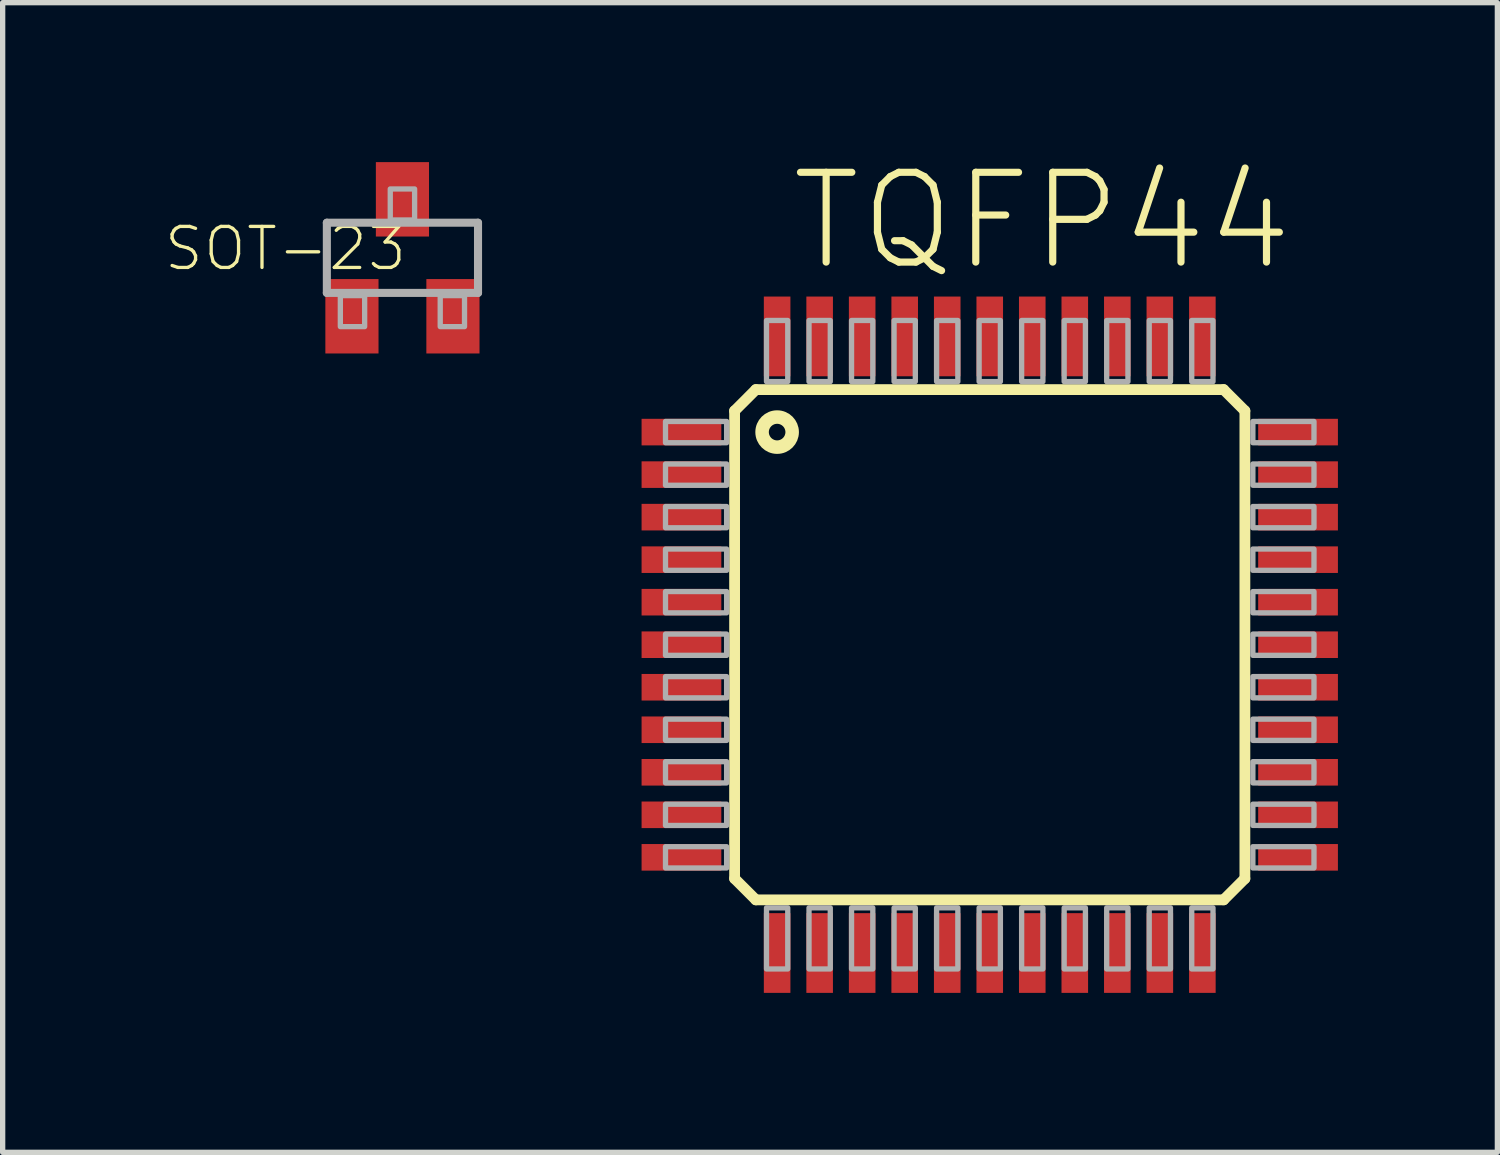
<source format=kicad_pcb>
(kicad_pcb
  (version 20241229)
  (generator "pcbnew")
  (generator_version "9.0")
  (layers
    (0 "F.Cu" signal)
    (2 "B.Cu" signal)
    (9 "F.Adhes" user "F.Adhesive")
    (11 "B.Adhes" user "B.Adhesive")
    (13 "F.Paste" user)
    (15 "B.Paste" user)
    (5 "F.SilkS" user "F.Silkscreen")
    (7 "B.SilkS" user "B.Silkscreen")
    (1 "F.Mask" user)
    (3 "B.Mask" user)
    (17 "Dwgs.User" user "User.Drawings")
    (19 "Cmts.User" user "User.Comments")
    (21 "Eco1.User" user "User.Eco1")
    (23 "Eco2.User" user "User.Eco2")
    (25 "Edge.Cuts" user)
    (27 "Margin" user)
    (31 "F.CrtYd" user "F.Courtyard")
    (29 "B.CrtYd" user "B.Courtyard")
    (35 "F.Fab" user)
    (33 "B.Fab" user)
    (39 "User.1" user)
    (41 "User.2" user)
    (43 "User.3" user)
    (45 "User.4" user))
  (footprint "TQFP44"
    (layer "F.Cu")
    (at 15.57 9.079)
    (property "Reference" "TQFP44" (at -3.81 -6.985 0) (layer "F.SilkS") (effects (font (size 1.689 1.689) (thickness 0.135)) (justify left bottom)))
    (attr through_hole)
    (fp_line (start -4.8 -4.4) (end -4.4 -4.8) (stroke (width 0.203) (type solid)) (layer "F.SilkS"))
    (fp_line (start -4.8 4.4) (end -4.8 -4.4) (stroke (width 0.203) (type solid)) (layer "F.SilkS"))
    (fp_line (start -4.4 -4.8) (end 4.4 -4.8) (stroke (width 0.203) (type solid)) (layer "F.SilkS"))
    (fp_line (start -4.4 4.8) (end -4.8 4.4) (stroke (width 0.203) (type solid)) (layer "F.SilkS"))
    (fp_line (start 4.4 -4.8) (end 4.8 -4.4) (stroke (width 0.203) (type solid)) (layer "F.SilkS"))
    (fp_line (start 4.4 4.8) (end -4.4 4.8) (stroke (width 0.203) (type solid)) (layer "F.SilkS"))
    (fp_line (start 4.8 -4.4) (end 4.8 4.4) (stroke (width 0.203) (type solid)) (layer "F.SilkS"))
    (fp_line (start 4.8 4.4) (end 4.4 4.8) (stroke (width 0.203) (type solid)) (layer "F.SilkS"))
    (fp_circle (center -4 -4) (end -3.717 -4) (stroke (width 0.254) (type solid)) (fill no) (layer "F.SilkS"))
    (fp_poly (pts (xy -6.1 -3.8) (xy -4.95 -3.8) (xy -4.95 -4.2) (xy -6.1 -4.2)) (stroke (width 0.1) (type solid)) (fill no) (layer "F.Fab"))
    (fp_poly (pts (xy -6.1 -3) (xy -4.95 -3) (xy -4.95 -3.4) (xy -6.1 -3.4)) (stroke (width 0.1) (type solid)) (fill no) (layer "F.Fab"))
    (fp_poly (pts (xy -6.1 -2.2) (xy -4.95 -2.2) (xy -4.95 -2.6) (xy -6.1 -2.6)) (stroke (width 0.1) (type solid)) (fill no) (layer "F.Fab"))
    (fp_poly (pts (xy -6.1 -1.4) (xy -4.95 -1.4) (xy -4.95 -1.8) (xy -6.1 -1.8)) (stroke (width 0.1) (type solid)) (fill no) (layer "F.Fab"))
    (fp_poly (pts (xy -6.1 -0.6) (xy -4.95 -0.6) (xy -4.95 -1) (xy -6.1 -1)) (stroke (width 0.1) (type solid)) (fill no) (layer "F.Fab"))
    (fp_poly (pts (xy -6.1 0.2) (xy -4.95 0.2) (xy -4.95 -0.2) (xy -6.1 -0.2)) (stroke (width 0.1) (type solid)) (fill no) (layer "F.Fab"))
    (fp_poly (pts (xy -6.1 1) (xy -4.95 1) (xy -4.95 0.6) (xy -6.1 0.6)) (stroke (width 0.1) (type solid)) (fill no) (layer "F.Fab"))
    (fp_poly (pts (xy -6.1 1.8) (xy -4.95 1.8) (xy -4.95 1.4) (xy -6.1 1.4)) (stroke (width 0.1) (type solid)) (fill no) (layer "F.Fab"))
    (fp_poly (pts (xy -6.1 2.6) (xy -4.95 2.6) (xy -4.95 2.2) (xy -6.1 2.2)) (stroke (width 0.1) (type solid)) (fill no) (layer "F.Fab"))
    (fp_poly (pts (xy -6.1 3.4) (xy -4.95 3.4) (xy -4.95 3) (xy -6.1 3)) (stroke (width 0.1) (type solid)) (fill no) (layer "F.Fab"))
    (fp_poly (pts (xy -6.1 4.2) (xy -4.95 4.2) (xy -4.95 3.8) (xy -6.1 3.8)) (stroke (width 0.1) (type solid)) (fill no) (layer "F.Fab"))
    (fp_poly (pts (xy -4.2 -4.95) (xy -3.8 -4.95) (xy -3.8 -6.1) (xy -4.2 -6.1)) (stroke (width 0.1) (type solid)) (fill no) (layer "F.Fab"))
    (fp_poly (pts (xy -4.2 6.1) (xy -3.8 6.1) (xy -3.8 4.95) (xy -4.2 4.95)) (stroke (width 0.1) (type solid)) (fill no) (layer "F.Fab"))
    (fp_poly (pts (xy -3.4 -4.95) (xy -3 -4.95) (xy -3 -6.1) (xy -3.4 -6.1)) (stroke (width 0.1) (type solid)) (fill no) (layer "F.Fab"))
    (fp_poly (pts (xy -3.4 6.1) (xy -3 6.1) (xy -3 4.95) (xy -3.4 4.95)) (stroke (width 0.1) (type solid)) (fill no) (layer "F.Fab"))
    (fp_poly (pts (xy -2.6 -4.95) (xy -2.2 -4.95) (xy -2.2 -6.1) (xy -2.6 -6.1)) (stroke (width 0.1) (type solid)) (fill no) (layer "F.Fab"))
    (fp_poly (pts (xy -2.6 6.1) (xy -2.2 6.1) (xy -2.2 4.95) (xy -2.6 4.95)) (stroke (width 0.1) (type solid)) (fill no) (layer "F.Fab"))
    (fp_poly (pts (xy -1.8 -4.95) (xy -1.4 -4.95) (xy -1.4 -6.1) (xy -1.8 -6.1)) (stroke (width 0.1) (type solid)) (fill no) (layer "F.Fab"))
    (fp_poly (pts (xy -1.8 6.1) (xy -1.4 6.1) (xy -1.4 4.95) (xy -1.8 4.95)) (stroke (width 0.1) (type solid)) (fill no) (layer "F.Fab"))
    (fp_poly (pts (xy -1 -4.95) (xy -0.6 -4.95) (xy -0.6 -6.1) (xy -1 -6.1)) (stroke (width 0.1) (type solid)) (fill no) (layer "F.Fab"))
    (fp_poly (pts (xy -1 6.1) (xy -0.6 6.1) (xy -0.6 4.95) (xy -1 4.95)) (stroke (width 0.1) (type solid)) (fill no) (layer "F.Fab"))
    (fp_poly (pts (xy -0.2 -4.95) (xy 0.2 -4.95) (xy 0.2 -6.1) (xy -0.2 -6.1)) (stroke (width 0.1) (type solid)) (fill no) (layer "F.Fab"))
    (fp_poly (pts (xy -0.2 6.1) (xy 0.2 6.1) (xy 0.2 4.95) (xy -0.2 4.95)) (stroke (width 0.1) (type solid)) (fill no) (layer "F.Fab"))
    (fp_poly (pts (xy 0.6 -4.95) (xy 1 -4.95) (xy 1 -6.1) (xy 0.6 -6.1)) (stroke (width 0.1) (type solid)) (fill no) (layer "F.Fab"))
    (fp_poly (pts (xy 0.6 6.1) (xy 1 6.1) (xy 1 4.95) (xy 0.6 4.95)) (stroke (width 0.1) (type solid)) (fill no) (layer "F.Fab"))
    (fp_poly (pts (xy 1.4 -4.95) (xy 1.8 -4.95) (xy 1.8 -6.1) (xy 1.4 -6.1)) (stroke (width 0.1) (type solid)) (fill no) (layer "F.Fab"))
    (fp_poly (pts (xy 1.4 6.1) (xy 1.8 6.1) (xy 1.8 4.95) (xy 1.4 4.95)) (stroke (width 0.1) (type solid)) (fill no) (layer "F.Fab"))
    (fp_poly (pts (xy 2.2 -4.95) (xy 2.6 -4.95) (xy 2.6 -6.1) (xy 2.2 -6.1)) (stroke (width 0.1) (type solid)) (fill no) (layer "F.Fab"))
    (fp_poly (pts (xy 2.2 6.1) (xy 2.6 6.1) (xy 2.6 4.95) (xy 2.2 4.95)) (stroke (width 0.1) (type solid)) (fill no) (layer "F.Fab"))
    (fp_poly (pts (xy 3 -4.95) (xy 3.4 -4.95) (xy 3.4 -6.1) (xy 3 -6.1)) (stroke (width 0.1) (type solid)) (fill no) (layer "F.Fab"))
    (fp_poly (pts (xy 3 6.1) (xy 3.4 6.1) (xy 3.4 4.95) (xy 3 4.95)) (stroke (width 0.1) (type solid)) (fill no) (layer "F.Fab"))
    (fp_poly (pts (xy 3.8 -4.95) (xy 4.2 -4.95) (xy 4.2 -6.1) (xy 3.8 -6.1)) (stroke (width 0.1) (type solid)) (fill no) (layer "F.Fab"))
    (fp_poly (pts (xy 3.8 6.1) (xy 4.2 6.1) (xy 4.2 4.95) (xy 3.8 4.95)) (stroke (width 0.1) (type solid)) (fill no) (layer "F.Fab"))
    (fp_poly (pts (xy 4.95 -3.8) (xy 6.1 -3.8) (xy 6.1 -4.2) (xy 4.95 -4.2)) (stroke (width 0.1) (type solid)) (fill no) (layer "F.Fab"))
    (fp_poly (pts (xy 4.95 -3) (xy 6.1 -3) (xy 6.1 -3.4) (xy 4.95 -3.4)) (stroke (width 0.1) (type solid)) (fill no) (layer "F.Fab"))
    (fp_poly (pts (xy 4.95 -2.2) (xy 6.1 -2.2) (xy 6.1 -2.6) (xy 4.95 -2.6)) (stroke (width 0.1) (type solid)) (fill no) (layer "F.Fab"))
    (fp_poly (pts (xy 4.95 -1.4) (xy 6.1 -1.4) (xy 6.1 -1.8) (xy 4.95 -1.8)) (stroke (width 0.1) (type solid)) (fill no) (layer "F.Fab"))
    (fp_poly (pts (xy 4.95 -0.6) (xy 6.1 -0.6) (xy 6.1 -1) (xy 4.95 -1)) (stroke (width 0.1) (type solid)) (fill no) (layer "F.Fab"))
    (fp_poly (pts (xy 4.95 0.2) (xy 6.1 0.2) (xy 6.1 -0.2) (xy 4.95 -0.2)) (stroke (width 0.1) (type solid)) (fill no) (layer "F.Fab"))
    (fp_poly (pts (xy 4.95 1) (xy 6.1 1) (xy 6.1 0.6) (xy 4.95 0.6)) (stroke (width 0.1) (type solid)) (fill no) (layer "F.Fab"))
    (fp_poly (pts (xy 4.95 1.8) (xy 6.1 1.8) (xy 6.1 1.4) (xy 4.95 1.4)) (stroke (width 0.1) (type solid)) (fill no) (layer "F.Fab"))
    (fp_poly (pts (xy 4.95 2.6) (xy 6.1 2.6) (xy 6.1 2.2) (xy 4.95 2.2)) (stroke (width 0.1) (type solid)) (fill no) (layer "F.Fab"))
    (fp_poly (pts (xy 4.95 3.4) (xy 6.1 3.4) (xy 6.1 3) (xy 4.95 3)) (stroke (width 0.1) (type solid)) (fill no) (layer "F.Fab"))
    (fp_poly (pts (xy 4.95 4.2) (xy 6.1 4.2) (xy 6.1 3.8) (xy 4.95 3.8)) (stroke (width 0.1) (type solid)) (fill no) (layer "F.Fab"))
    (pad "1" smd rect (at -5.8 -4) (size 1.5 0.5) (layers "F.Cu" "F.Mask" "F.Paste"))
    (pad "2" smd rect (at -5.8 -3.2) (size 1.5 0.5) (layers "F.Cu" "F.Mask" "F.Paste"))
    (pad "3" smd rect (at -5.8 -2.4) (size 1.5 0.5) (layers "F.Cu" "F.Mask" "F.Paste"))
    (pad "4" smd rect (at -5.8 -1.6) (size 1.5 0.5) (layers "F.Cu" "F.Mask" "F.Paste"))
    (pad "5" smd rect (at -5.8 -0.8) (size 1.5 0.5) (layers "F.Cu" "F.Mask" "F.Paste"))
    (pad "6" smd rect (at -5.8 0) (size 1.5 0.5) (layers "F.Cu" "F.Mask" "F.Paste"))
    (pad "7" smd rect (at -5.8 0.8) (size 1.5 0.5) (layers "F.Cu" "F.Mask" "F.Paste"))
    (pad "8" smd rect (at -5.8 1.6) (size 1.5 0.5) (layers "F.Cu" "F.Mask" "F.Paste"))
    (pad "9" smd rect (at -5.8 2.4) (size 1.5 0.5) (layers "F.Cu" "F.Mask" "F.Paste"))
    (pad "10" smd rect (at -5.8 3.2) (size 1.5 0.5) (layers "F.Cu" "F.Mask" "F.Paste"))
    (pad "11" smd rect (at -5.8 4) (size 1.5 0.5) (layers "F.Cu" "F.Mask" "F.Paste"))
    (pad "12" smd rect (at -4 5.8) (size 0.5 1.5) (layers "F.Cu" "F.Mask" "F.Paste"))
    (pad "13" smd rect (at -3.2 5.8) (size 0.5 1.5) (layers "F.Cu" "F.Mask" "F.Paste"))
    (pad "14" smd rect (at -2.4 5.8) (size 0.5 1.5) (layers "F.Cu" "F.Mask" "F.Paste"))
    (pad "15" smd rect (at -1.6 5.8) (size 0.5 1.5) (layers "F.Cu" "F.Mask" "F.Paste"))
    (pad "16" smd rect (at -0.8 5.8) (size 0.5 1.5) (layers "F.Cu" "F.Mask" "F.Paste"))
    (pad "17" smd rect (at 0 5.8) (size 0.5 1.5) (layers "F.Cu" "F.Mask" "F.Paste"))
    (pad "18" smd rect (at 0.8 5.8) (size 0.5 1.5) (layers "F.Cu" "F.Mask" "F.Paste"))
    (pad "19" smd rect (at 1.6 5.8) (size 0.5 1.5) (layers "F.Cu" "F.Mask" "F.Paste"))
    (pad "20" smd rect (at 2.4 5.8) (size 0.5 1.5) (layers "F.Cu" "F.Mask" "F.Paste"))
    (pad "21" smd rect (at 3.2 5.8) (size 0.5 1.5) (layers "F.Cu" "F.Mask" "F.Paste"))
    (pad "22" smd rect (at 4 5.8) (size 0.5 1.5) (layers "F.Cu" "F.Mask" "F.Paste"))
    (pad "23" smd rect (at 5.8 4) (size 1.5 0.5) (layers "F.Cu" "F.Mask" "F.Paste"))
    (pad "24" smd rect (at 5.8 3.2) (size 1.5 0.5) (layers "F.Cu" "F.Mask" "F.Paste"))
    (pad "25" smd rect (at 5.8 2.4) (size 1.5 0.5) (layers "F.Cu" "F.Mask" "F.Paste"))
    (pad "26" smd rect (at 5.8 1.6) (size 1.5 0.5) (layers "F.Cu" "F.Mask" "F.Paste"))
    (pad "27" smd rect (at 5.8 0.8) (size 1.5 0.5) (layers "F.Cu" "F.Mask" "F.Paste"))
    (pad "28" smd rect (at 5.8 0) (size 1.5 0.5) (layers "F.Cu" "F.Mask" "F.Paste"))
    (pad "29" smd rect (at 5.8 -0.8) (size 1.5 0.5) (layers "F.Cu" "F.Mask" "F.Paste"))
    (pad "30" smd rect (at 5.8 -1.6) (size 1.5 0.5) (layers "F.Cu" "F.Mask" "F.Paste"))
    (pad "31" smd rect (at 5.8 -2.4) (size 1.5 0.5) (layers "F.Cu" "F.Mask" "F.Paste"))
    (pad "32" smd rect (at 5.8 -3.2) (size 1.5 0.5) (layers "F.Cu" "F.Mask" "F.Paste"))
    (pad "33" smd rect (at 5.8 -4) (size 1.5 0.5) (layers "F.Cu" "F.Mask" "F.Paste"))
    (pad "34" smd rect (at 4 -5.8) (size 0.5 1.5) (layers "F.Cu" "F.Mask" "F.Paste"))
    (pad "35" smd rect (at 3.2 -5.8) (size 0.5 1.5) (layers "F.Cu" "F.Mask" "F.Paste"))
    (pad "36" smd rect (at 2.4 -5.8) (size 0.5 1.5) (layers "F.Cu" "F.Mask" "F.Paste"))
    (pad "37" smd rect (at 1.6 -5.8) (size 0.5 1.5) (layers "F.Cu" "F.Mask" "F.Paste"))
    (pad "38" smd rect (at 0.8 -5.8) (size 0.5 1.5) (layers "F.Cu" "F.Mask" "F.Paste"))
    (pad "39" smd rect (at 0 -5.8) (size 0.5 1.5) (layers "F.Cu" "F.Mask" "F.Paste"))
    (pad "40" smd rect (at -0.8 -5.8) (size 0.5 1.5) (layers "F.Cu" "F.Mask" "F.Paste"))
    (pad "41" smd rect (at -1.6 -5.8) (size 0.5 1.5) (layers "F.Cu" "F.Mask" "F.Paste"))
    (pad "42" smd rect (at -2.4 -5.8) (size 0.5 1.5) (layers "F.Cu" "F.Mask" "F.Paste"))
    (pad "43" smd rect (at -3.2 -5.8) (size 0.5 1.5) (layers "F.Cu" "F.Mask" "F.Paste"))
    (pad "44" smd rect (at -4 -5.8) (size 0.5 1.5) (layers "F.Cu" "F.Mask" "F.Paste")))
  (footprint "SOT-23"
    (layer "F.Cu")
    (at 4.521 1.8)
    (property "Reference" "SOT-23" (at -4.521 0.279 180) (layer "F.SilkS") (effects (font (size 0.772 0.772) (thickness 0.062)) (justify left bottom)))
    (attr through_hole)
    (fp_line (start -1.422 -0.66) (end 1.422 -0.66) (stroke (width 0.152) (type solid)) (layer "F.Fab"))
    (fp_line (start -1.422 0.66) (end -1.422 -0.66) (stroke (width 0.152) (type solid)) (layer "F.Fab"))
    (fp_line (start 1.422 -0.66) (end 1.422 0.66) (stroke (width 0.152) (type solid)) (layer "F.Fab"))
    (fp_line (start 1.422 0.66) (end -1.422 0.66) (stroke (width 0.152) (type solid)) (layer "F.Fab"))
    (fp_poly (pts (xy -1.168 1.295) (xy -0.711 1.295) (xy -0.711 0.711) (xy -1.168 0.711)) (stroke (width 0.1) (type solid)) (fill no) (layer "F.Fab"))
    (fp_poly (pts (xy -0.229 -0.711) (xy 0.229 -0.711) (xy 0.229 -1.295) (xy -0.229 -1.295)) (stroke (width 0.1) (type solid)) (fill no) (layer "F.Fab"))
    (fp_poly (pts (xy 0.711 1.295) (xy 1.168 1.295) (xy 1.168 0.711) (xy 0.711 0.711)) (stroke (width 0.1) (type solid)) (fill no) (layer "F.Fab"))
    (pad "1" smd rect (at -0.95 1.1) (size 1 1.4) (layers "F.Cu" "F.Mask" "F.Paste"))
    (pad "2" smd rect (at 0.95 1.1) (size 1 1.4) (layers "F.Cu" "F.Mask" "F.Paste"))
    (pad "3" smd rect (at 0 -1.1) (size 1 1.4) (layers "F.Cu" "F.Mask" "F.Paste")))
  (gr_rect
    (start -3 -3)
    (end 25.12 18.629)
    (stroke (width 0.1) (type default))
    (fill no)
    (layer "Edge.Cuts")))
</source>
